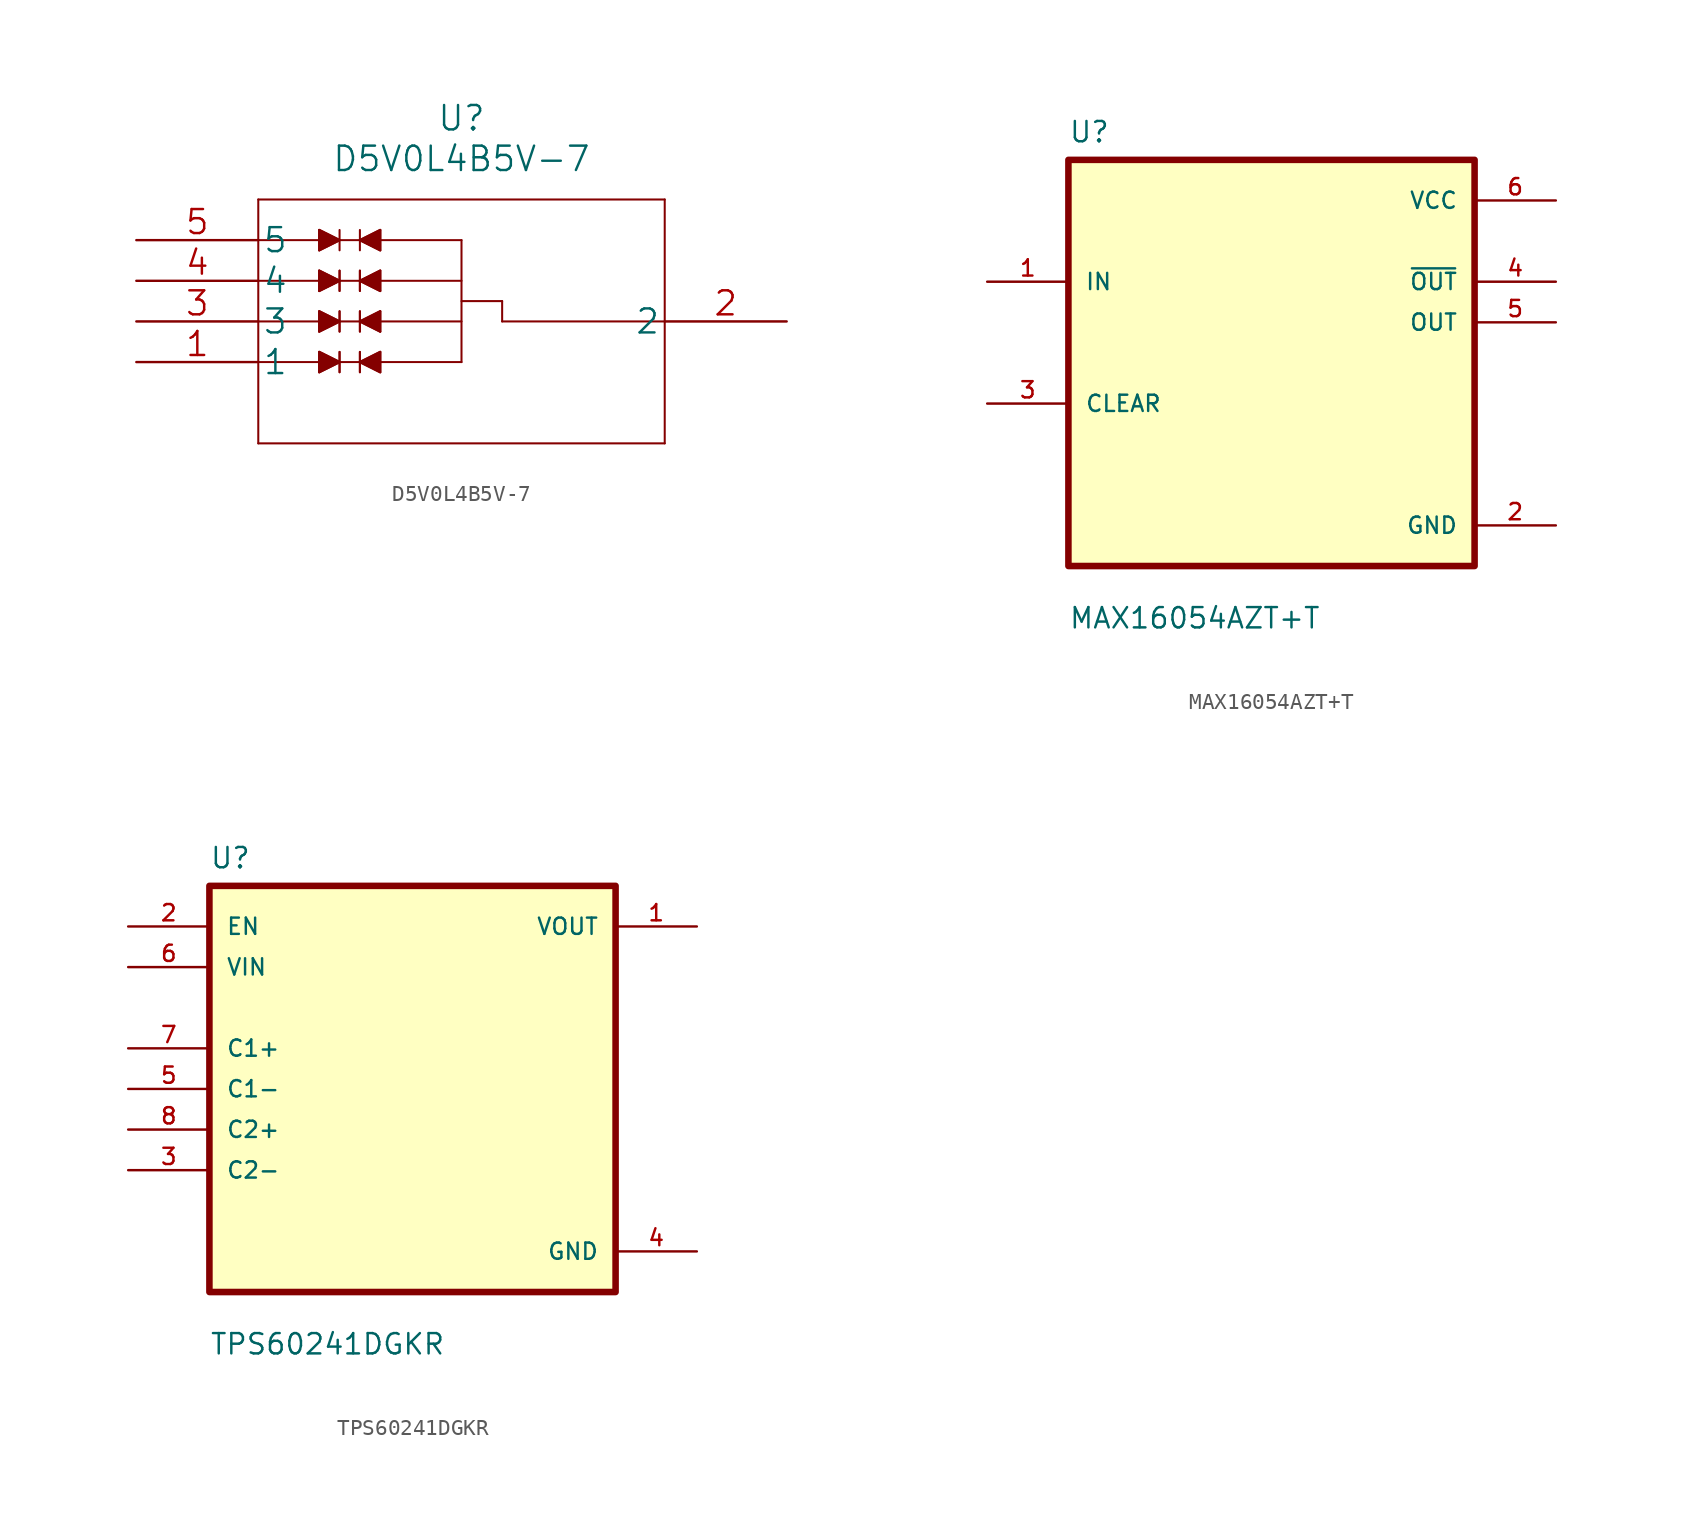
<source format=kicad_sym>
(kicad_symbol_lib
  (version 20211014)
  (generator kicad_symbol_editor)
  (symbol "D5V0L4B5V-7"
    (pin_names
      (offset 0.254))
    (property "Reference" "U"
      (at 20.32 7.62 0)
      (effects (font (size 1.524 1.524))))
    (property "Value" "D5V0L4B5V-7"
      (at 20.32 5.08 0)
      (effects (font (size 1.524 1.524))))
    (property "Datasheet" ""
      (at 0 0 0)
      (effects (font (size 1.524 1.524))))
    (property "ki_locked" ""
      (at 0 0 0)
      (effects (font (size 1.27 1.27))))
    (symbol "D5V0L4B5V-7_1_1"
      (polyline (pts (xy 7.62 -12.7) (xy 33.02 -12.7)) (stroke (width 0.127) (type default) (color 0 0 0 0)) (fill (type none)))
      (polyline (pts (xy 7.62 -7.62) (xy 20.32 -7.62)) (stroke (width 0.127) (type default) (color 0 0 0 0)) (fill (type none)))
      (polyline (pts (xy 7.62 -5.08) (xy 20.32 -5.08)) (stroke (width 0.127) (type default) (color 0 0 0 0)) (fill (type none)))
      (polyline (pts (xy 7.62 -2.54) (xy 20.32 -2.54)) (stroke (width 0.127) (type default) (color 0 0 0 0)) (fill (type none)))
      (polyline (pts (xy 7.62 0) (xy 20.32 0)) (stroke (width 0.127) (type default) (color 0 0 0 0)) (fill (type none)))
      (polyline (pts (xy 7.62 2.54) (xy 7.62 -12.7)) (stroke (width 0.127) (type default) (color 0 0 0 0)) (fill (type none)))
      (polyline (pts (xy 11.43 -8.255) (xy 12.7 -7.62)) (stroke (width 0.127) (type default) (color 0 0 0 0)) (fill (type none)))
      (polyline (pts (xy 11.43 -6.985) (xy 11.43 -8.255)) (stroke (width 0.127) (type default) (color 0 0 0 0)) (fill (type none)))
      (polyline (pts (xy 11.43 -5.715) (xy 12.7 -5.08)) (stroke (width 0.127) (type default) (color 0 0 0 0)) (fill (type none)))
      (polyline (pts (xy 11.43 -4.445) (xy 11.43 -5.715)) (stroke (width 0.127) (type default) (color 0 0 0 0)) (fill (type none)))
      (polyline (pts (xy 11.43 -3.175) (xy 12.7 -2.54)) (stroke (width 0.127) (type default) (color 0 0 0 0)) (fill (type none)))
      (polyline (pts (xy 11.43 -1.905) (xy 11.43 -3.175)) (stroke (width 0.127) (type default) (color 0 0 0 0)) (fill (type none)))
      (polyline (pts (xy 11.43 -0.635) (xy 12.7 0)) (stroke (width 0.127) (type default) (color 0 0 0 0)) (fill (type none)))
      (polyline (pts (xy 11.43 0.635) (xy 11.43 -0.635)) (stroke (width 0.127) (type default) (color 0 0 0 0)) (fill (type none)))
      (polyline (pts (xy 12.7 -7.62) (xy 11.43 -6.985)) (stroke (width 0.127) (type default) (color 0 0 0 0)) (fill (type none)))
      (polyline (pts (xy 12.7 -6.985) (xy 12.7 -8.255)) (stroke (width 0.127) (type default) (color 0 0 0 0)) (fill (type none)))
      (polyline (pts (xy 12.7 -6.985) (xy 12.7 -8.255)) (stroke (width 0.127) (type default) (color 0 0 0 0)) (fill (type none)))
      (polyline (pts (xy 12.7 -5.08) (xy 11.43 -4.445)) (stroke (width 0.127) (type default) (color 0 0 0 0)) (fill (type none)))
      (polyline (pts (xy 12.7 -4.445) (xy 12.7 -5.715)) (stroke (width 0.127) (type default) (color 0 0 0 0)) (fill (type none)))
      (polyline (pts (xy 12.7 -4.445) (xy 12.7 -5.715)) (stroke (width 0.127) (type default) (color 0 0 0 0)) (fill (type none)))
      (polyline (pts (xy 12.7 -2.54) (xy 11.43 -1.905)) (stroke (width 0.127) (type default) (color 0 0 0 0)) (fill (type none)))
      (polyline (pts (xy 12.7 -1.905) (xy 12.7 -3.175)) (stroke (width 0.127) (type default) (color 0 0 0 0)) (fill (type none)))
      (polyline (pts (xy 12.7 -1.905) (xy 12.7 -3.175)) (stroke (width 0.127) (type default) (color 0 0 0 0)) (fill (type none)))
      (polyline (pts (xy 12.7 0) (xy 11.43 0.635)) (stroke (width 0.127) (type default) (color 0 0 0 0)) (fill (type none)))
      (polyline (pts (xy 12.7 0.635) (xy 12.7 -0.635)) (stroke (width 0.127) (type default) (color 0 0 0 0)) (fill (type none)))
      (polyline (pts (xy 13.97 -8.255) (xy 13.97 -6.985)) (stroke (width 0.127) (type default) (color 0 0 0 0)) (fill (type none)))
      (polyline (pts (xy 13.97 -7.62) (xy 15.24 -6.985)) (stroke (width 0.127) (type default) (color 0 0 0 0)) (fill (type none)))
      (polyline (pts (xy 13.97 -6.985) (xy 13.97 -8.255)) (stroke (width 0.127) (type default) (color 0 0 0 0)) (fill (type none)))
      (polyline (pts (xy 13.97 -5.715) (xy 13.97 -4.445)) (stroke (width 0.127) (type default) (color 0 0 0 0)) (fill (type none)))
      (polyline (pts (xy 13.97 -5.08) (xy 15.24 -4.445)) (stroke (width 0.127) (type default) (color 0 0 0 0)) (fill (type none)))
      (polyline (pts (xy 13.97 -4.445) (xy 13.97 -5.715)) (stroke (width 0.127) (type default) (color 0 0 0 0)) (fill (type none)))
      (polyline (pts (xy 13.97 -3.175) (xy 13.97 -1.905)) (stroke (width 0.127) (type default) (color 0 0 0 0)) (fill (type none)))
      (polyline (pts (xy 13.97 -2.54) (xy 15.24 -1.905)) (stroke (width 0.127) (type default) (color 0 0 0 0)) (fill (type none)))
      (polyline (pts (xy 13.97 -1.905) (xy 13.97 -3.175)) (stroke (width 0.127) (type default) (color 0 0 0 0)) (fill (type none)))
      (polyline (pts (xy 13.97 0) (xy 15.24 0.635)) (stroke (width 0.127) (type default) (color 0 0 0 0)) (fill (type none)))
      (polyline (pts (xy 13.97 0.635) (xy 13.97 -0.635)) (stroke (width 0.127) (type default) (color 0 0 0 0)) (fill (type none)))
      (polyline (pts (xy 15.24 -8.255) (xy 13.97 -7.62)) (stroke (width 0.127) (type default) (color 0 0 0 0)) (fill (type none)))
      (polyline (pts (xy 15.24 -6.985) (xy 15.24 -8.255)) (stroke (width 0.127) (type default) (color 0 0 0 0)) (fill (type none)))
      (polyline (pts (xy 15.24 -5.715) (xy 13.97 -5.08)) (stroke (width 0.127) (type default) (color 0 0 0 0)) (fill (type none)))
      (polyline (pts (xy 15.24 -4.445) (xy 15.24 -5.715)) (stroke (width 0.127) (type default) (color 0 0 0 0)) (fill (type none)))
      (polyline (pts (xy 15.24 -3.175) (xy 13.97 -2.54)) (stroke (width 0.127) (type default) (color 0 0 0 0)) (fill (type none)))
      (polyline (pts (xy 15.24 -1.905) (xy 15.24 -3.175)) (stroke (width 0.127) (type default) (color 0 0 0 0)) (fill (type none)))
      (polyline (pts (xy 15.24 -0.635) (xy 13.97 0)) (stroke (width 0.127) (type default) (color 0 0 0 0)) (fill (type none)))
      (polyline (pts (xy 15.24 0.635) (xy 15.24 -0.635)) (stroke (width 0.127) (type default) (color 0 0 0 0)) (fill (type none)))
      (polyline (pts (xy 20.32 -3.81) (xy 22.86 -3.81)) (stroke (width 0.127) (type default) (color 0 0 0 0)) (fill (type none)))
      (polyline (pts (xy 20.32 0) (xy 20.32 -7.62)) (stroke (width 0.127) (type default) (color 0 0 0 0)) (fill (type none)))
      (polyline (pts (xy 22.86 -5.08) (xy 22.86 -3.81)) (stroke (width 0.127) (type default) (color 0 0 0 0)) (fill (type none)))
      (polyline (pts (xy 22.86 -5.08) (xy 33.02 -5.08)) (stroke (width 0.127) (type default) (color 0 0 0 0)) (fill (type none)))
      (polyline (pts (xy 33.02 -12.7) (xy 33.02 2.54)) (stroke (width 0.127) (type default) (color 0 0 0 0)) (fill (type none)))
      (polyline (pts (xy 33.02 2.54) (xy 7.62 2.54)) (stroke (width 0.127) (type default) (color 0 0 0 0)) (fill (type none)))
      (polyline (pts (xy 11.43 -6.985) (xy 11.43 -8.255) (xy 12.7 -7.62) (xy 11.43 -6.985)) (stroke (width 0) (type default) (color 0 0 0 0)) (fill (type outline)))
      (polyline (pts (xy 11.43 -1.905) (xy 11.43 -3.175) (xy 12.7 -2.54) (xy 11.43 -1.905)) (stroke (width 0) (type default) (color 0 0 0 0)) (fill (type outline)))
      (polyline (pts (xy 12.7 -5.08) (xy 11.43 -4.445) (xy 11.43 -5.715) (xy 12.7 -5.08)) (stroke (width 0) (type default) (color 0 0 0 0)) (fill (type outline)))
      (polyline (pts (xy 12.7 0) (xy 11.43 0.635) (xy 11.43 -0.635) (xy 12.7 0)) (stroke (width 0) (type default) (color 0 0 0 0)) (fill (type outline)))
      (polyline (pts (xy 13.97 -7.62) (xy 15.24 -6.985) (xy 15.24 -8.255) (xy 13.97 -7.62)) (stroke (width 0) (type default) (color 0 0 0 0)) (fill (type outline)))
      (polyline (pts (xy 13.97 -2.54) (xy 15.24 -1.905) (xy 15.24 -3.175) (xy 13.97 -2.54)) (stroke (width 0) (type default) (color 0 0 0 0)) (fill (type outline)))
      (polyline (pts (xy 15.24 -4.445) (xy 15.24 -5.715) (xy 13.97 -5.08) (xy 15.24 -4.445)) (stroke (width 0) (type default) (color 0 0 0 0)) (fill (type outline)))
      (polyline (pts (xy 15.24 0.635) (xy 15.24 -0.635) (xy 13.97 0) (xy 15.24 0.635)) (stroke (width 0) (type default) (color 0 0 0 0)) (fill (type outline)))
      (pin unspecified line (at 0 -7.62 0) (length 7.62) (name "1" (effects (font (size 1.499 1.499)))) (number "1" (effects (font (size 1.499 1.499)))))
      (pin unspecified line (at 40.64 -5.08 180) (length 7.62) (name "2" (effects (font (size 1.499 1.499)))) (number "2" (effects (font (size 1.499 1.499)))))
      (pin unspecified line (at 0 -5.08 0) (length 7.62) (name "3" (effects (font (size 1.499 1.499)))) (number "3" (effects (font (size 1.499 1.499)))))
      (pin unspecified line (at 0 -2.54 0) (length 7.62) (name "4" (effects (font (size 1.499 1.499)))) (number "4" (effects (font (size 1.499 1.499)))))
      (pin unspecified line (at 0 0 0) (length 7.62) (name "5" (effects (font (size 1.499 1.499)))) (number "5" (effects (font (size 1.499 1.499)))))))
  (symbol "MAX16054AZT+T"
    (pin_names
      (offset 1.016))
    (property "Reference" "U"
      (at -12.7 13.7 0)
      (effects (font (size 1.27 1.27)) (justify left bottom)))
    (property "Value" "MAX16054AZT+T"
      (at -12.7 -16.7 0)
      (effects (font (size 1.27 1.27)) (justify left bottom)))
    (symbol "MAX16054AZT+T_0_0"
      (rectangle (start -12.7 -12.7) (end 12.7 12.7) (stroke (width 0.41) (type default) (color 0 0 0 0)) (fill (type background)))
      (pin input line (at -17.78 5.08 0) (length 5.08) (name "IN" (effects (font (size 1.016 1.016)))) (number "1" (effects (font (size 1.016 1.016)))))
      (pin power_in line (at 17.78 -10.16 180) (length 5.08) (name "GND" (effects (font (size 1.016 1.016)))) (number "2" (effects (font (size 1.016 1.016)))))
      (pin bidirectional line (at -17.78 -2.54 0) (length 5.08) (name "CLEAR" (effects (font (size 1.016 1.016)))) (number "3" (effects (font (size 1.016 1.016)))))
      (pin output line (at 17.78 5.08 180) (length 5.08) (name "~{OUT}" (effects (font (size 1.016 1.016)))) (number "4" (effects (font (size 1.016 1.016)))))
      (pin output line (at 17.78 2.54 180) (length 5.08) (name "OUT" (effects (font (size 1.016 1.016)))) (number "5" (effects (font (size 1.016 1.016)))))
      (pin power_in line (at 17.78 10.16 180) (length 5.08) (name "VCC" (effects (font (size 1.016 1.016)))) (number "6" (effects (font (size 1.016 1.016)))))))
  (symbol "TPS60241DGKR"
    (pin_names
      (offset 1.016))
    (property "Reference" "U"
      (at -12.7 13.7 0)
      (effects (font (size 1.27 1.27)) (justify left bottom)))
    (property "Value" "TPS60241DGKR"
      (at -12.7 -16.7 0)
      (effects (font (size 1.27 1.27)) (justify left bottom)))
    (symbol "TPS60241DGKR_0_0"
      (rectangle (start -12.7 -12.7) (end 12.7 12.7) (stroke (width 0.41) (type default) (color 0 0 0 0)) (fill (type background)))
      (pin output line (at 17.78 10.16 180) (length 5.08) (name "VOUT" (effects (font (size 1.016 1.016)))) (number "1" (effects (font (size 1.016 1.016)))))
      (pin input line (at -17.78 10.16 0) (length 5.08) (name "EN" (effects (font (size 1.016 1.016)))) (number "2" (effects (font (size 1.016 1.016)))))
      (pin bidirectional line (at -17.78 -5.08 0) (length 5.08) (name "C2-" (effects (font (size 1.016 1.016)))) (number "3" (effects (font (size 1.016 1.016)))))
      (pin power_in line (at 17.78 -10.16 180) (length 5.08) (name "GND" (effects (font (size 1.016 1.016)))) (number "4" (effects (font (size 1.016 1.016)))))
      (pin bidirectional line (at -17.78 0 0) (length 5.08) (name "C1-" (effects (font (size 1.016 1.016)))) (number "5" (effects (font (size 1.016 1.016)))))
      (pin input line (at -17.78 7.62 0) (length 5.08) (name "VIN" (effects (font (size 1.016 1.016)))) (number "6" (effects (font (size 1.016 1.016)))))
      (pin bidirectional line (at -17.78 2.54 0) (length 5.08) (name "C1+" (effects (font (size 1.016 1.016)))) (number "7" (effects (font (size 1.016 1.016)))))
      (pin bidirectional line (at -17.78 -2.54 0) (length 5.08) (name "C2+" (effects (font (size 1.016 1.016)))) (number "8" (effects (font (size 1.016 1.016))))))))
</source>
